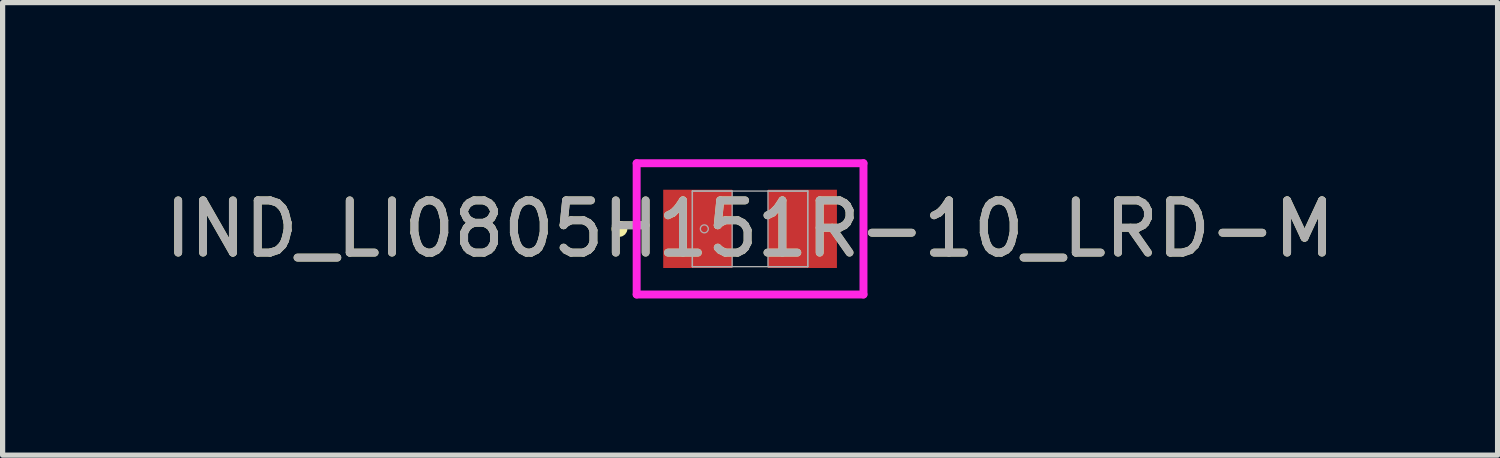
<source format=kicad_pcb>
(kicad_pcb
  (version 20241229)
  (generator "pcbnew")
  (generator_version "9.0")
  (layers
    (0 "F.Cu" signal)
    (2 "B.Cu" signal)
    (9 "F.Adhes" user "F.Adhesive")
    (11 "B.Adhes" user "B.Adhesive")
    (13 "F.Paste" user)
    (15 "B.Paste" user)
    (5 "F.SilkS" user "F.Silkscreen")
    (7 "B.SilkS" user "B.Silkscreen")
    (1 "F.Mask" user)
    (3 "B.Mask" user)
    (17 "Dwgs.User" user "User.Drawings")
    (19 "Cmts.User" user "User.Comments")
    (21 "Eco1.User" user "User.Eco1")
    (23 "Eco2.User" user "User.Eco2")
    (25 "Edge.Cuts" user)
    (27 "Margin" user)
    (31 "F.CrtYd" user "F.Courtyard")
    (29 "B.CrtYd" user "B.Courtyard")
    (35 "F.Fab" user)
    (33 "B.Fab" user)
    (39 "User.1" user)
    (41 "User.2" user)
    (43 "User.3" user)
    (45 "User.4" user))
  (footprint "IND_LI0805H151R-10_LRD-M"
    (layer "F.Cu")
    (at 11.315 1.333)
    (property "Reference" "IND_LI0805H151R-10_LRD-M" (at 0 0 0) (unlocked yes) (layer "F.SilkS") (effects (font (size 1 1) (thickness 0.15))))
    (attr smd)
    (fp_circle (center -2.502 0) (end -2.426 0) (stroke (width 0.152) (type solid)) (fill no) (layer "F.SilkS"))
    (fp_line (start -2.172 -1.257) (end 2.172 -1.257) (stroke (width 0.152) (type solid)) (layer "F.CrtYd"))
    (fp_line (start -2.172 1.257) (end -2.172 -1.257) (stroke (width 0.152) (type solid)) (layer "F.CrtYd"))
    (fp_line (start 2.172 -1.257) (end 2.172 1.257) (stroke (width 0.152) (type solid)) (layer "F.CrtYd"))
    (fp_line (start 2.172 1.257) (end -2.172 1.257) (stroke (width 0.152) (type solid)) (layer "F.CrtYd"))
    (fp_line (start -1.105 -0.724) (end -1.105 0.724) (stroke (width 0.025) (type solid)) (layer "F.Fab"))
    (fp_line (start -1.105 -0.724) (end -1.105 0.724) (stroke (width 0.025) (type solid)) (layer "F.Fab"))
    (fp_line (start -1.105 0.724) (end -0.343 0.724) (stroke (width 0.025) (type solid)) (layer "F.Fab"))
    (fp_line (start -1.105 0.724) (end 1.105 0.724) (stroke (width 0.025) (type solid)) (layer "F.Fab"))
    (fp_line (start -0.343 -0.724) (end -1.105 -0.724) (stroke (width 0.025) (type solid)) (layer "F.Fab"))
    (fp_line (start -0.343 0.724) (end -0.343 -0.724) (stroke (width 0.025) (type solid)) (layer "F.Fab"))
    (fp_line (start 0.343 -0.724) (end 0.343 0.724) (stroke (width 0.025) (type solid)) (layer "F.Fab"))
    (fp_line (start 0.343 0.724) (end 1.105 0.724) (stroke (width 0.025) (type solid)) (layer "F.Fab"))
    (fp_line (start 1.105 -0.724) (end -1.105 -0.724) (stroke (width 0.025) (type solid)) (layer "F.Fab"))
    (fp_line (start 1.105 -0.724) (end 0.343 -0.724) (stroke (width 0.025) (type solid)) (layer "F.Fab"))
    (fp_line (start 1.105 0.724) (end 1.105 -0.724) (stroke (width 0.025) (type solid)) (layer "F.Fab"))
    (fp_line (start 1.105 0.724) (end 1.105 -0.724) (stroke (width 0.025) (type solid)) (layer "F.Fab"))
    (fp_circle (center -0.876 0) (end -0.8 0) (stroke (width 0.025) (type solid)) (fill no) (layer "F.Fab"))
    (fp_text user "${REFERENCE}" (at 0 0 0) (unlocked yes) (layer "F.Fab") (effects (font (size 1 1) (thickness 0.15))))
    (pad "1" smd rect (at -1.003 0) (size 1.321 1.499) (layers "F.Cu" "F.Mask" "F.Paste"))
    (pad "2" smd rect (at 1.003 0) (size 1.321 1.499) (layers "F.Cu" "F.Mask" "F.Paste"))
    (zone (net_name "") (layer "F.Cu") (hatch full 0.508) (connect_pads) (min_thickness 0.254) (filled_areas_thickness no) (keepout (tracks not_allowed) (vias not_allowed) (pads allowed) (copperpour not_allowed) (footprints allowed)) (placement (enabled no)) (fill) (polygon (pts (xy 11.023 0.66) (xy 11.608 0.66) (xy 11.608 2.007) (xy 11.023 2.007)))))
  (gr_rect
    (start -3 -3)
    (end 25.631 5.667)
    (stroke (width 0.1) (type default))
    (fill no)
    (layer "Edge.Cuts")))
</source>
